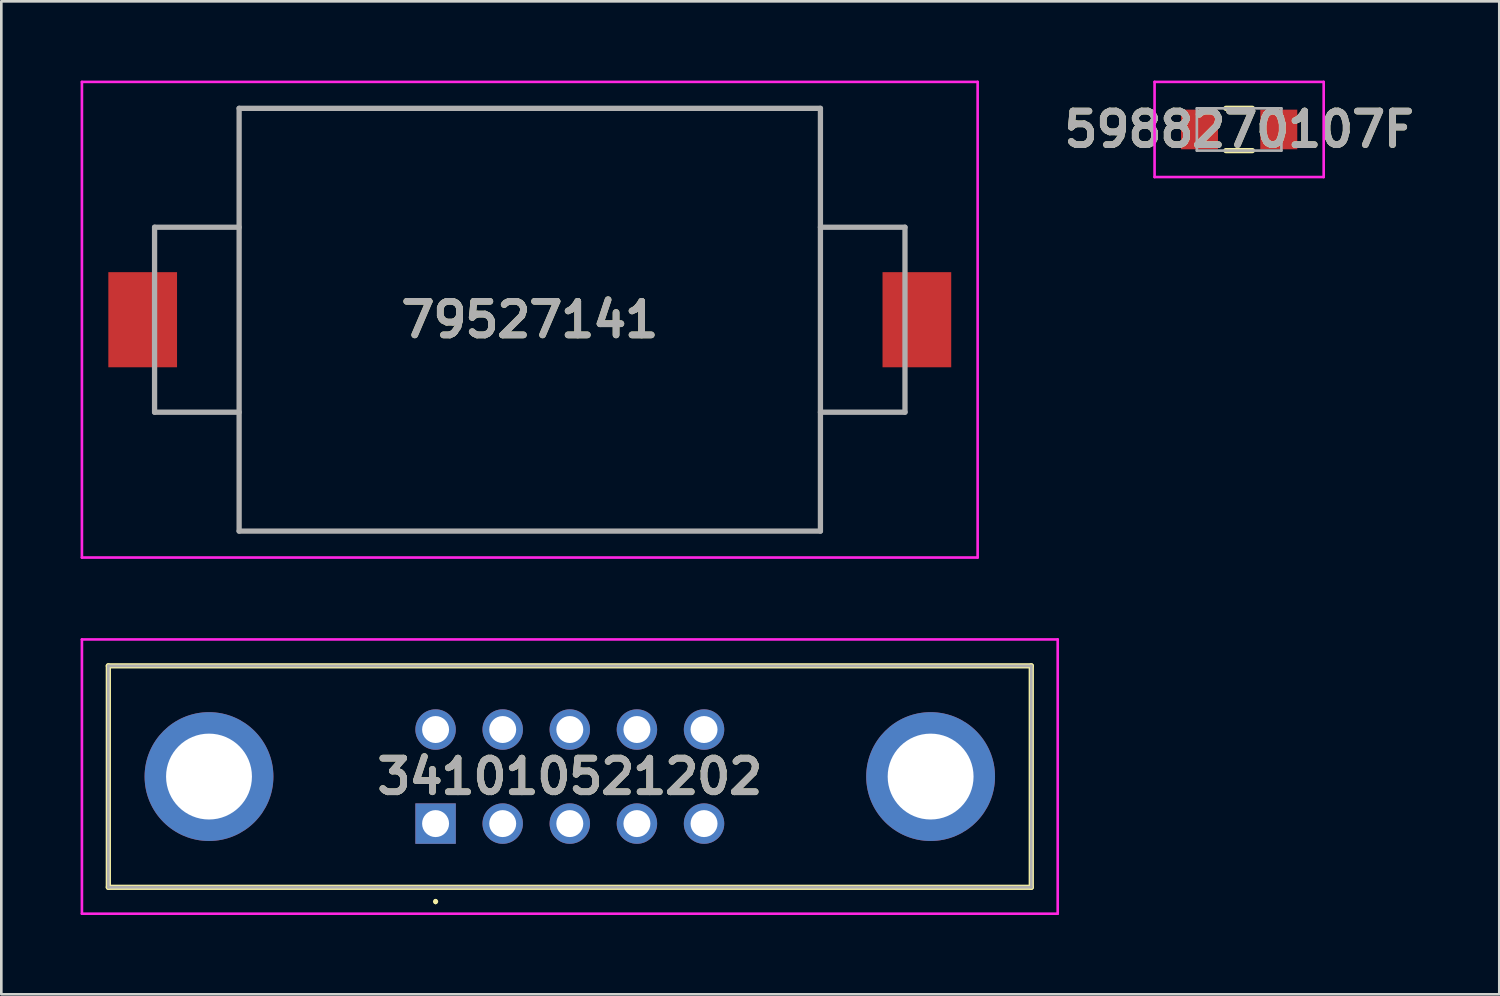
<source format=kicad_pcb>
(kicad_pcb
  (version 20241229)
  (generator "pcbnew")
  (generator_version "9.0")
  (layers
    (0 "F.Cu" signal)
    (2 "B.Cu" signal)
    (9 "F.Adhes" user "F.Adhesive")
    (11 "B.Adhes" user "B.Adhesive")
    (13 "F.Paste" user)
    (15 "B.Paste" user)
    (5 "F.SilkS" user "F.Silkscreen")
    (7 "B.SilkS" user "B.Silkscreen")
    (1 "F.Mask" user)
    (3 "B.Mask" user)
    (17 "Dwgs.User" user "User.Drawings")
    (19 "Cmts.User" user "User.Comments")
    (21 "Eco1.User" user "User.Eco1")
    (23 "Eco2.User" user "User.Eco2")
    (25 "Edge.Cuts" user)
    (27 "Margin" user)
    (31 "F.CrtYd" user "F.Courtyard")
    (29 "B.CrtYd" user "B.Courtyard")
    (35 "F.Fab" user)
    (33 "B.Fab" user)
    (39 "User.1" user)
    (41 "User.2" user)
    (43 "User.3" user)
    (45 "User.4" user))
  (footprint "341010521202"
    (layer "F.Cu")
    (at 13.435 28.12)
    (property "Reference" "341010521202" (at 5.08 -1.78 0) (layer "F.SilkS") (effects (font (size 1.27 1.27) (thickness 0.254))))
    (attr through_hole)
    (fp_line (start -12.385 -5.97) (end 22.545 -5.97) (stroke (width 0.2) (type solid)) (layer "F.SilkS"))
    (fp_line (start -12.385 2.41) (end -12.385 -5.97) (stroke (width 0.2) (type solid)) (layer "F.SilkS"))
    (fp_line (start 0 2.9) (end 0 2.9) (stroke (width 0.1) (type solid)) (layer "F.SilkS"))
    (fp_line (start 0 3) (end 0 3) (stroke (width 0.1) (type solid)) (layer "F.SilkS"))
    (fp_line (start 22.545 -5.97) (end 22.545 2.41) (stroke (width 0.2) (type solid)) (layer "F.SilkS"))
    (fp_line (start 22.545 2.41) (end -12.385 2.41) (stroke (width 0.2) (type solid)) (layer "F.SilkS"))
    (fp_arc (start 0 2.9) (mid 0.05 2.95) (end 0 3) (stroke (width 0.1) (type solid)) (layer "F.SilkS"))
    (fp_arc (start 0 3) (mid -0.05 2.95) (end 0 2.9) (stroke (width 0.1) (type solid)) (layer "F.SilkS"))
    (fp_line (start -13.385 -6.97) (end 23.545 -6.97) (stroke (width 0.1) (type solid)) (layer "F.CrtYd"))
    (fp_line (start -13.385 3.41) (end -13.385 -6.97) (stroke (width 0.1) (type solid)) (layer "F.CrtYd"))
    (fp_line (start 23.545 -6.97) (end 23.545 3.41) (stroke (width 0.1) (type solid)) (layer "F.CrtYd"))
    (fp_line (start 23.545 3.41) (end -13.385 3.41) (stroke (width 0.1) (type solid)) (layer "F.CrtYd"))
    (fp_line (start -12.385 -5.97) (end -12.385 2.41) (stroke (width 0.1) (type solid)) (layer "F.Fab"))
    (fp_line (start -12.385 2.41) (end 22.545 2.41) (stroke (width 0.1) (type solid)) (layer "F.Fab"))
    (fp_line (start 22.545 -5.97) (end -12.385 -5.97) (stroke (width 0.1) (type solid)) (layer "F.Fab"))
    (fp_line (start 22.545 2.41) (end 22.545 -5.97) (stroke (width 0.1) (type solid)) (layer "F.Fab"))
    (fp_text user "${REFERENCE}" (at 5.08 -1.78 0) (layer "F.Fab") (effects (font (size 1.27 1.27) (thickness 0.254))))
    (pad "1" thru_hole rect (at 0 0) (size 1.53 1.53) (drill 1.02) (layers "*.Cu" "*.Mask"))
    (pad "2" thru_hole circle (at 0 -3.56) (size 1.53 1.53) (drill 1.02) (layers "*.Cu" "*.Mask"))
    (pad "3" thru_hole circle (at 2.54 0) (size 1.53 1.53) (drill 1.02) (layers "*.Cu" "*.Mask"))
    (pad "4" thru_hole circle (at 2.54 -3.56) (size 1.53 1.53) (drill 1.02) (layers "*.Cu" "*.Mask"))
    (pad "5" thru_hole circle (at 5.08 0) (size 1.53 1.53) (drill 1.02) (layers "*.Cu" "*.Mask"))
    (pad "6" thru_hole circle (at 5.08 -3.56) (size 1.53 1.53) (drill 1.02) (layers "*.Cu" "*.Mask"))
    (pad "7" thru_hole circle (at 7.62 0) (size 1.53 1.53) (drill 1.02) (layers "*.Cu" "*.Mask"))
    (pad "8" thru_hole circle (at 7.62 -3.56) (size 1.53 1.53) (drill 1.02) (layers "*.Cu" "*.Mask"))
    (pad "9" thru_hole circle (at 10.16 0) (size 1.53 1.53) (drill 1.02) (layers "*.Cu" "*.Mask"))
    (pad "10" thru_hole circle (at 10.16 -3.56) (size 1.53 1.53) (drill 1.02) (layers "*.Cu" "*.Mask"))
    (pad "MH1" thru_hole circle (at -8.575 -1.78) (size 4.875 4.875) (drill 3.25) (layers "*.Cu" "*.Mask"))
    (pad "MH2" thru_hole circle (at 18.735 -1.78) (size 4.875 4.875) (drill 3.25) (layers "*.Cu" "*.Mask")))
  (footprint "79527141"
    (layer "F.Cu")
    (at 17 9.05)
    (property "Reference" "79527141" (at 0 0 0) (layer "F.SilkS") (effects (font (size 1.27 1.27) (thickness 0.254))))
    (attr smd)
    (fp_line (start -14.2 -3.5) (end -14.2 -2.54) (stroke (width 0.1) (type solid)) (layer "F.SilkS"))
    (fp_line (start -14.2 2.54) (end -14.2 3.5) (stroke (width 0.1) (type solid)) (layer "F.SilkS"))
    (fp_line (start -14.2 3.5) (end -11 3.5) (stroke (width 0.1) (type solid)) (layer "F.SilkS"))
    (fp_line (start -11 -8) (end 11 -8) (stroke (width 0.1) (type solid)) (layer "F.SilkS"))
    (fp_line (start -11 -3.5) (end -14.2 -3.5) (stroke (width 0.1) (type solid)) (layer "F.SilkS"))
    (fp_line (start -11 8) (end -11 -8) (stroke (width 0.1) (type solid)) (layer "F.SilkS"))
    (fp_line (start 11 -8) (end 11 8) (stroke (width 0.1) (type solid)) (layer "F.SilkS"))
    (fp_line (start 11 -3.5) (end 14.2 -3.5) (stroke (width 0.1) (type solid)) (layer "F.SilkS"))
    (fp_line (start 11 3.5) (end 14.2 3.5) (stroke (width 0.1) (type solid)) (layer "F.SilkS"))
    (fp_line (start 11 8) (end -11 8) (stroke (width 0.1) (type solid)) (layer "F.SilkS"))
    (fp_line (start 14.2 -3.5) (end 14.2 -2.54) (stroke (width 0.1) (type solid)) (layer "F.SilkS"))
    (fp_line (start 14.2 3.5) (end 14.2 2.54) (stroke (width 0.1) (type solid)) (layer "F.SilkS"))
    (fp_line (start -16.95 -9) (end 16.95 -9) (stroke (width 0.1) (type solid)) (layer "F.CrtYd"))
    (fp_line (start -16.95 9) (end -16.95 -9) (stroke (width 0.1) (type solid)) (layer "F.CrtYd"))
    (fp_line (start 16.95 -9) (end 16.95 9) (stroke (width 0.1) (type solid)) (layer "F.CrtYd"))
    (fp_line (start 16.95 9) (end -16.95 9) (stroke (width 0.1) (type solid)) (layer "F.CrtYd"))
    (fp_line (start -14.2 -3.5) (end -14.2 3.5) (stroke (width 0.2) (type solid)) (layer "F.Fab"))
    (fp_line (start -14.2 3.5) (end -11 3.5) (stroke (width 0.2) (type solid)) (layer "F.Fab"))
    (fp_line (start -11 -8) (end 11 -8) (stroke (width 0.2) (type solid)) (layer "F.Fab"))
    (fp_line (start -11 -3.5) (end -14.2 -3.5) (stroke (width 0.2) (type solid)) (layer "F.Fab"))
    (fp_line (start -11 8) (end -11 -8) (stroke (width 0.2) (type solid)) (layer "F.Fab"))
    (fp_line (start 11 -8) (end 11 8) (stroke (width 0.2) (type solid)) (layer "F.Fab"))
    (fp_line (start 11 -3.5) (end 14.2 -3.5) (stroke (width 0.2) (type solid)) (layer "F.Fab"))
    (fp_line (start 11 8) (end -11 8) (stroke (width 0.2) (type solid)) (layer "F.Fab"))
    (fp_line (start 14.2 -3.5) (end 14.2 3.5) (stroke (width 0.2) (type solid)) (layer "F.Fab"))
    (fp_line (start 14.2 3.5) (end 11 3.5) (stroke (width 0.2) (type solid)) (layer "F.Fab"))
    (fp_text user "${REFERENCE}" (at 0 0 0) (layer "F.Fab") (effects (font (size 1.27 1.27) (thickness 0.254))))
    (pad "1" smd rect (at -14.65 0) (size 2.6 3.6) (layers "F.Cu" "F.Mask" "F.Paste"))
    (pad "2" smd rect (at 14.65 0) (size 2.6 3.6) (layers "F.Cu" "F.Mask" "F.Paste")))
  (footprint "5988270107F"
    (layer "F.Cu")
    (at 43.846 1.85)
    (property "Reference" "5988270107F" (at 0 0 0) (layer "F.SilkS") (effects (font (size 1.27 1.27) (thickness 0.254))))
    (attr smd)
    (fp_line (start -2.7 0) (end -2.7 0) (stroke (width 0.1) (type solid)) (layer "F.SilkS"))
    (fp_line (start -2.6 0) (end -2.6 0) (stroke (width 0.1) (type solid)) (layer "F.SilkS"))
    (fp_line (start -0.5 -0.8) (end 0.5 -0.8) (stroke (width 0.2) (type solid)) (layer "F.SilkS"))
    (fp_line (start -0.5 0.8) (end 0.5 0.8) (stroke (width 0.2) (type solid)) (layer "F.SilkS"))
    (fp_arc (start -2.7 0) (mid -2.65 -0.05) (end -2.6 0) (stroke (width 0.1) (type solid)) (layer "F.SilkS"))
    (fp_arc (start -2.6 0) (mid -2.65 0.05) (end -2.7 0) (stroke (width 0.1) (type solid)) (layer "F.SilkS"))
    (fp_line (start -3.2 -1.8) (end 3.2 -1.8) (stroke (width 0.1) (type solid)) (layer "F.CrtYd"))
    (fp_line (start -3.2 1.8) (end -3.2 -1.8) (stroke (width 0.1) (type solid)) (layer "F.CrtYd"))
    (fp_line (start 3.2 -1.8) (end 3.2 1.8) (stroke (width 0.1) (type solid)) (layer "F.CrtYd"))
    (fp_line (start 3.2 1.8) (end -3.2 1.8) (stroke (width 0.1) (type solid)) (layer "F.CrtYd"))
    (fp_line (start -1.6 -0.8) (end 1.6 -0.8) (stroke (width 0.1) (type solid)) (layer "F.Fab"))
    (fp_line (start -1.6 0.8) (end -1.6 -0.8) (stroke (width 0.1) (type solid)) (layer "F.Fab"))
    (fp_line (start 1.6 -0.8) (end 1.6 0.8) (stroke (width 0.1) (type solid)) (layer "F.Fab"))
    (fp_line (start 1.6 0.8) (end -1.6 0.8) (stroke (width 0.1) (type solid)) (layer "F.Fab"))
    (fp_text user "${REFERENCE}" (at 0 0 0) (layer "F.Fab") (effects (font (size 1.27 1.27) (thickness 0.254))))
    (pad "1" smd rect (at -1.5 0) (size 1.4 1.5) (layers "F.Cu" "F.Mask" "F.Paste"))
    (pad "2" smd rect (at 1.5 0) (size 1.4 1.5) (layers "F.Cu" "F.Mask" "F.Paste")))
  (gr_rect
    (start -3 -3)
    (end 53.692 34.58)
    (stroke (width 0.1) (type default))
    (fill no)
    (layer "Edge.Cuts")))
</source>
